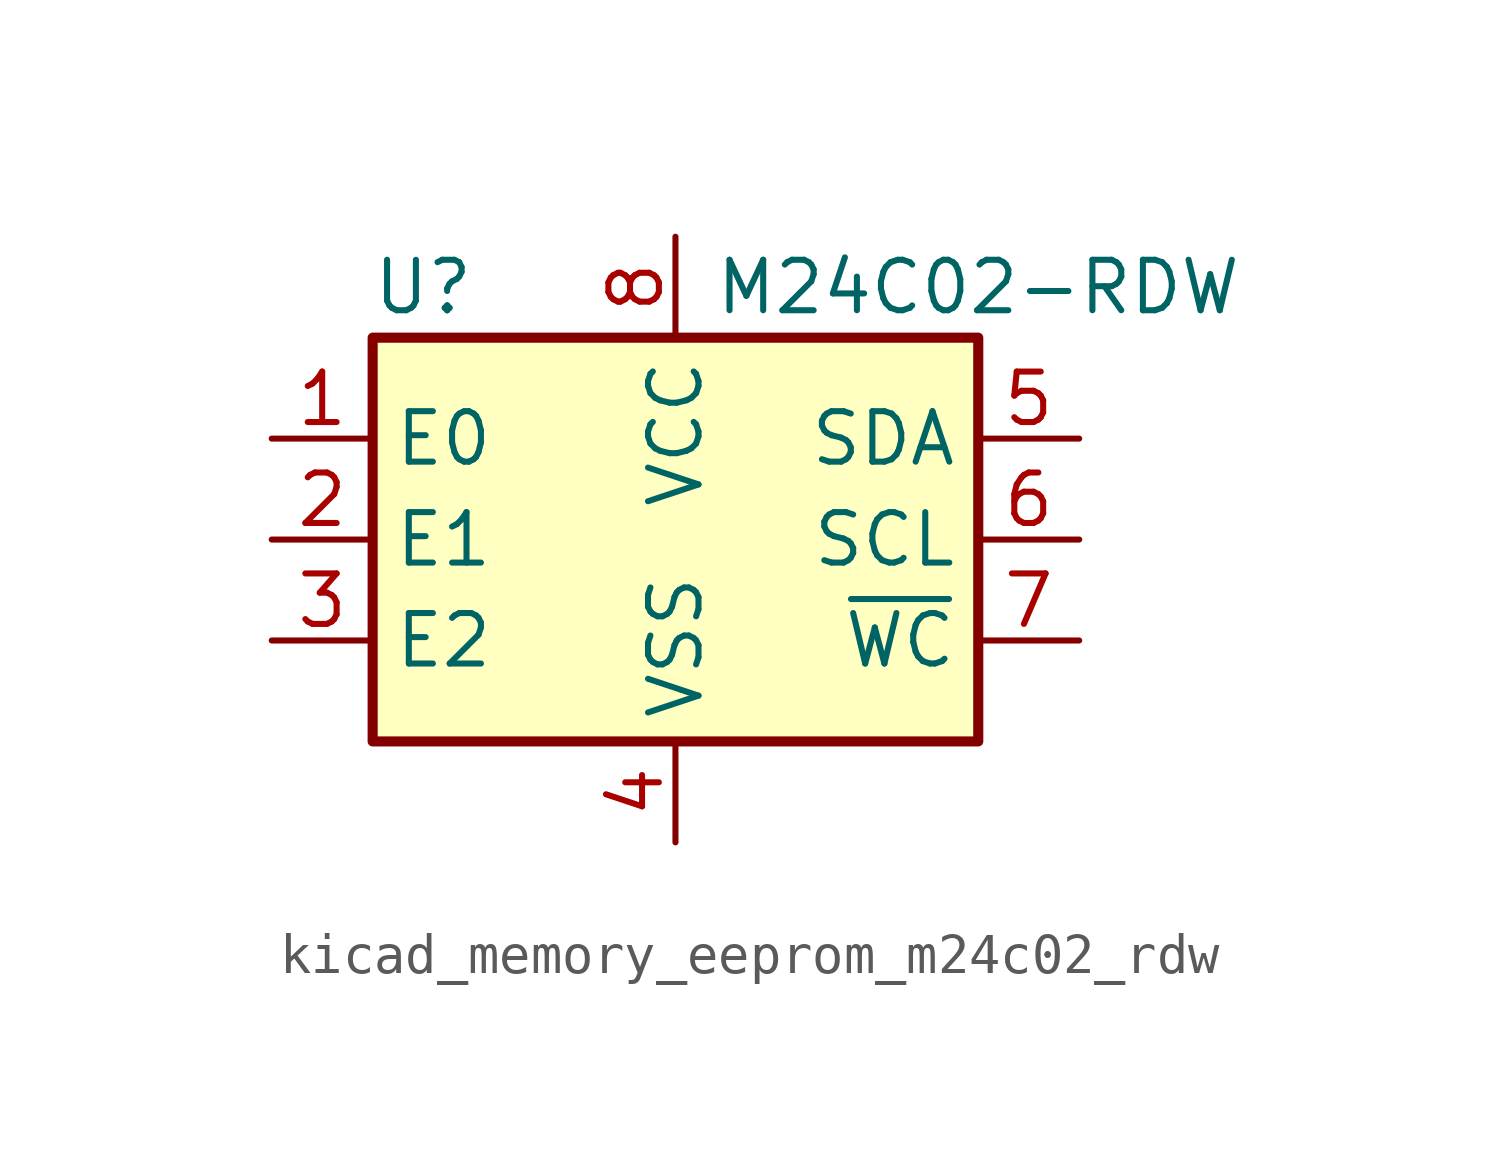
<source format=kicad_sym>
(kicad_symbol_lib
  (version 20220914)
  (generator kicad_symbol_editor)
  (symbol "kicad_memory_eeprom_m24c02_rdw"
    (property "Reference" "U"
      (at -6.35 6.35 0)
      (effects (font (size 1.27 1.27))))
    (property "Value" "M24C02-RDW"
      (at 7.62 6.35 0)
      (effects (font (size 1.27 1.27))))
    (symbol "kicad_memory_eeprom_m24c02_rdw_0_1"
      (rectangle (start -7.62 5.08) (end 7.62 -5.08) (stroke (width 0.254) (type default)) (fill (type background))))
    (symbol "kicad_memory_eeprom_m24c02_rdw_1_1"
      (pin input line (at -10.16 2.54 0) (length 2.54) (name "E0" (effects (font (size 1.27 1.27)))) (number "1" (effects (font (size 1.27 1.27)))))
      (pin input line (at -10.16 0 0) (length 2.54) (name "E1" (effects (font (size 1.27 1.27)))) (number "2" (effects (font (size 1.27 1.27)))))
      (pin input line (at -10.16 -2.54 0) (length 2.54) (name "E2" (effects (font (size 1.27 1.27)))) (number "3" (effects (font (size 1.27 1.27)))))
      (pin power_in line (at 0 -7.62 90) (length 2.54) (name "VSS" (effects (font (size 1.27 1.27)))) (number "4" (effects (font (size 1.27 1.27)))))
      (pin bidirectional line (at 10.16 2.54 180) (length 2.54) (name "SDA" (effects (font (size 1.27 1.27)))) (number "5" (effects (font (size 1.27 1.27)))))
      (pin input line (at 10.16 0 180) (length 2.54) (name "SCL" (effects (font (size 1.27 1.27)))) (number "6" (effects (font (size 1.27 1.27)))))
      (pin input line (at 10.16 -2.54 180) (length 2.54) (name "~{WC}" (effects (font (size 1.27 1.27)))) (number "7" (effects (font (size 1.27 1.27)))))
      (pin power_in line (at 0 7.62 270) (length 2.54) (name "VCC" (effects (font (size 1.27 1.27)))) (number "8" (effects (font (size 1.27 1.27))))))))
</source>
